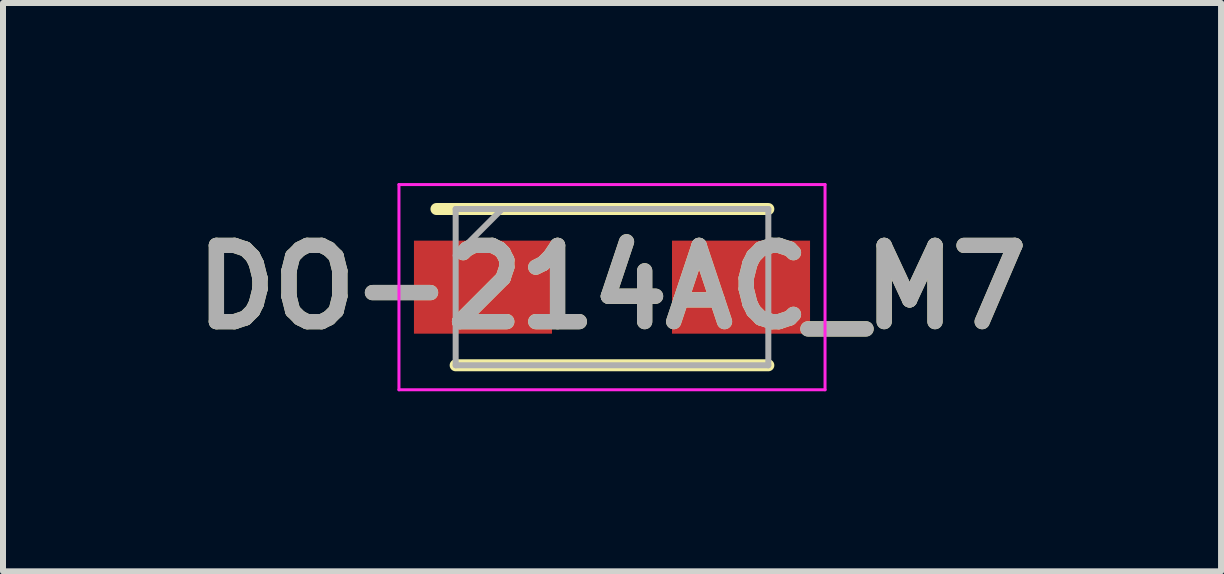
<source format=kicad_pcb>
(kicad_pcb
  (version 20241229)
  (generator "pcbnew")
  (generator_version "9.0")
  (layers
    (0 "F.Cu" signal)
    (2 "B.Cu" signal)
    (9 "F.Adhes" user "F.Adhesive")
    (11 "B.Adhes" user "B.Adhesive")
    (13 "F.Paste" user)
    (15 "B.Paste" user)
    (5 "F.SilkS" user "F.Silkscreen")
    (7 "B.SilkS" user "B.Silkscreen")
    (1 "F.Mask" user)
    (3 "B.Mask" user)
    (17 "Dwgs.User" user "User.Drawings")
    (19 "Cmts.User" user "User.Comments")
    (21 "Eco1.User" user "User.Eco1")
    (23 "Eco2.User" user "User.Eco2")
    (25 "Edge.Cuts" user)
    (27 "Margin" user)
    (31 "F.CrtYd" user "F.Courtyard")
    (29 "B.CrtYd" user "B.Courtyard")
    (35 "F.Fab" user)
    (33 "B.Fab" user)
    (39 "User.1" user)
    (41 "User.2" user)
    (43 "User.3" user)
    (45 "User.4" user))
  (footprint "DO-214AC_M7"
    (layer "F.Cu")
    (at 7.148 1.735)
    (property "Reference" "DO-214AC_M7" (at 0 0 0) (layer "F.SilkS") (effects (font (size 1.27 1.27) (thickness 0.254))))
    (attr smd)
    (fp_line (start -2.605 1.302) (end 2.605 1.302) (stroke (width 0.2) (type solid)) (layer "F.SilkS"))
    (fp_line (start 2.605 -1.302) (end -2.925 -1.302) (stroke (width 0.2) (type solid)) (layer "F.SilkS"))
    (fp_line (start -3.55 -1.71) (end 3.55 -1.71) (stroke (width 0.05) (type solid)) (layer "F.CrtYd"))
    (fp_line (start -3.55 1.71) (end -3.55 -1.71) (stroke (width 0.05) (type solid)) (layer "F.CrtYd"))
    (fp_line (start 3.55 -1.71) (end 3.55 1.71) (stroke (width 0.05) (type solid)) (layer "F.CrtYd"))
    (fp_line (start 3.55 1.71) (end -3.55 1.71) (stroke (width 0.05) (type solid)) (layer "F.CrtYd"))
    (fp_line (start -2.605 -1.302) (end 2.605 -1.302) (stroke (width 0.1) (type solid)) (layer "F.Fab"))
    (fp_line (start -2.605 -0.528) (end -1.83 -1.302) (stroke (width 0.1) (type solid)) (layer "F.Fab"))
    (fp_line (start -2.605 1.302) (end -2.605 -1.302) (stroke (width 0.1) (type solid)) (layer "F.Fab"))
    (fp_line (start 2.605 -1.302) (end 2.605 1.302) (stroke (width 0.1) (type solid)) (layer "F.Fab"))
    (fp_line (start 2.605 1.302) (end -2.605 1.302) (stroke (width 0.1) (type solid)) (layer "F.Fab"))
    (fp_text user "${REFERENCE}" (at 0 0 0) (layer "F.Fab") (effects (font (size 1.27 1.27) (thickness 0.254))))
    (pad "1" smd rect (at -2.15 0 90) (size 1.55 2.3) (layers "F.Cu" "F.Mask" "F.Paste"))
    (pad "2" smd rect (at 2.15 0 90) (size 1.55 2.3) (layers "F.Cu" "F.Mask" "F.Paste")))
  (gr_rect
    (start -3 -3)
    (end 17.297 6.47)
    (stroke (width 0.1) (type default))
    (fill no)
    (layer "Edge.Cuts")))
</source>
